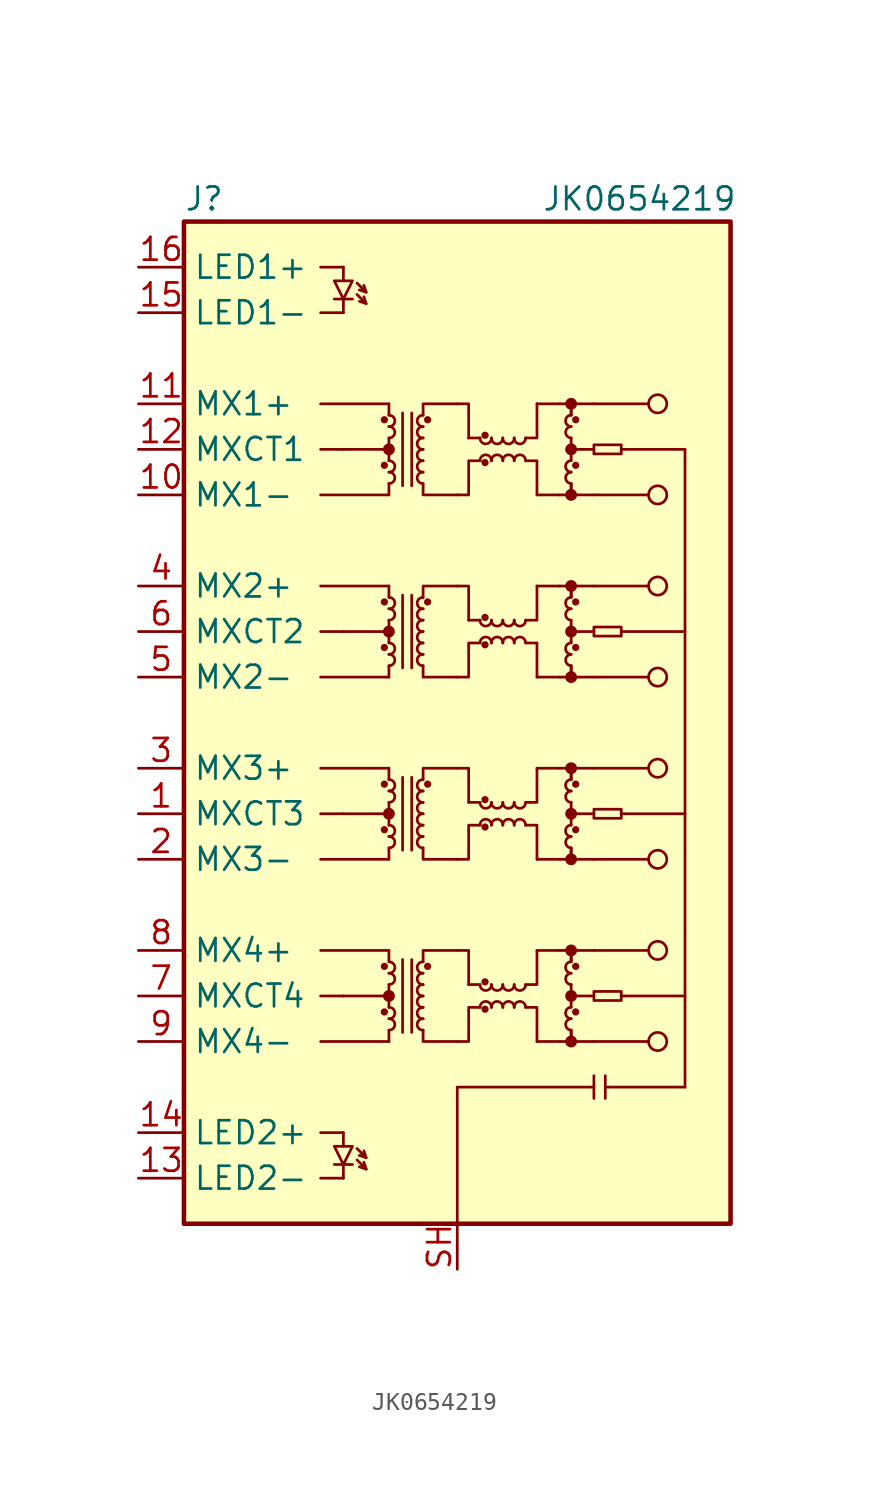
<source format=kicad_sym>
(kicad_symbol_lib
  (version 20201005)
  (generator kicad_symbol_editor)
  (symbol "JK0654219"
    (property "Reference" "J"
      (at -15.24 29.21 0)
      (effects (font (size 1.27 1.27)) (justify left)))
    (property "Value" "JK0654219"
      (at 10.16 29.21 0)
      (effects (font (size 1.27 1.27))))
    (symbol "JK0654219_0_1"
      (arc (start -3.81 -17.145) (end -3.81 -16.51) (radius (at -3.81 -16.8402) (length 0.3048) (angles -89.9 89.9)) (stroke (width 0)) (fill (type none)))
      (arc (start -3.81 -16.51) (end -3.81 -15.875) (radius (at -3.81 -16.2052) (length 0.3048) (angles -89.9 89.9)) (stroke (width 0)) (fill (type none)))
      (arc (start -3.81 -14.605) (end -3.81 -13.97) (radius (at -3.81 -14.3002) (length 0.3048) (angles -89.9 89.9)) (stroke (width 0)) (fill (type none)))
      (arc (start -3.81 -13.97) (end -3.81 -13.335) (radius (at -3.81 -13.6652) (length 0.3048) (angles -89.9 89.9)) (stroke (width 0)) (fill (type none)))
      (arc (start -3.81 -6.985) (end -3.81 -6.35) (radius (at -3.81 -6.6802) (length 0.3048) (angles -89.9 89.9)) (stroke (width 0)) (fill (type none)))
      (arc (start -3.81 -6.35) (end -3.81 -5.715) (radius (at -3.81 -6.0452) (length 0.3048) (angles -89.9 89.9)) (stroke (width 0)) (fill (type none)))
      (arc (start -3.81 -4.445) (end -3.81 -3.81) (radius (at -3.81 -4.1402) (length 0.3048) (angles -89.9 89.9)) (stroke (width 0)) (fill (type none)))
      (arc (start -3.81 -3.81) (end -3.81 -3.175) (radius (at -3.81 -3.5052) (length 0.3048) (angles -89.9 89.9)) (stroke (width 0)) (fill (type none)))
      (arc (start -3.81 3.175) (end -3.81 3.81) (radius (at -3.81 3.4798) (length 0.3048) (angles -89.9 89.9)) (stroke (width 0)) (fill (type none)))
      (arc (start -3.81 3.81) (end -3.81 4.445) (radius (at -3.81 4.1148) (length 0.3048) (angles -89.9 89.9)) (stroke (width 0)) (fill (type none)))
      (arc (start -3.81 5.715) (end -3.81 6.35) (radius (at -3.81 6.0198) (length 0.3048) (angles -89.9 89.9)) (stroke (width 0)) (fill (type none)))
      (arc (start -3.81 6.35) (end -3.81 6.985) (radius (at -3.81 6.6548) (length 0.3048) (angles -89.9 89.9)) (stroke (width 0)) (fill (type none)))
      (arc (start -3.81 13.335) (end -3.81 13.97) (radius (at -3.81 13.6398) (length 0.3048) (angles -89.9 89.9)) (stroke (width 0)) (fill (type none)))
      (arc (start -3.81 13.97) (end -3.81 14.605) (radius (at -3.81 14.2748) (length 0.3048) (angles -89.9 89.9)) (stroke (width 0)) (fill (type none)))
      (arc (start -3.81 15.875) (end -3.81 16.51) (radius (at -3.81 16.1798) (length 0.3048) (angles -89.9 89.9)) (stroke (width 0)) (fill (type none)))
      (arc (start -3.81 16.51) (end -3.81 17.145) (radius (at -3.81 16.8148) (length 0.3048) (angles -89.9 89.9)) (stroke (width 0)) (fill (type none)))
      (arc (start -1.905 -16.51) (end -1.905 -17.145) (radius (at -1.905 -16.8148) (length 0.3048) (angles 90.1 -90.1)) (stroke (width 0)) (fill (type none)))
      (arc (start -1.905 -15.875) (end -1.905 -16.51) (radius (at -1.905 -16.1798) (length 0.3048) (angles 90.1 -90.1)) (stroke (width 0)) (fill (type none)))
      (arc (start -1.905 -15.24) (end -1.905 -15.875) (radius (at -1.905 -15.5448) (length 0.3048) (angles 90.1 -90.1)) (stroke (width 0)) (fill (type none)))
      (arc (start -1.905 -14.605) (end -1.905 -15.24) (radius (at -1.905 -14.9098) (length 0.3048) (angles 90.1 -90.1)) (stroke (width 0)) (fill (type none)))
      (arc (start -1.905 -13.97) (end -1.905 -14.605) (radius (at -1.905 -14.2748) (length 0.3048) (angles 90.1 -90.1)) (stroke (width 0)) (fill (type none)))
      (arc (start -1.905 -13.335) (end -1.905 -13.97) (radius (at -1.905 -13.6398) (length 0.3048) (angles 90.1 -90.1)) (stroke (width 0)) (fill (type none)))
      (arc (start -1.905 -6.35) (end -1.905 -6.985) (radius (at -1.905 -6.6548) (length 0.3048) (angles 90.1 -90.1)) (stroke (width 0)) (fill (type none)))
      (arc (start -1.905 -5.715) (end -1.905 -6.35) (radius (at -1.905 -6.0198) (length 0.3048) (angles 90.1 -90.1)) (stroke (width 0)) (fill (type none)))
      (arc (start -1.905 -5.08) (end -1.905 -5.715) (radius (at -1.905 -5.3848) (length 0.3048) (angles 90.1 -90.1)) (stroke (width 0)) (fill (type none)))
      (arc (start -1.905 -4.445) (end -1.905 -5.08) (radius (at -1.905 -4.7498) (length 0.3048) (angles 90.1 -90.1)) (stroke (width 0)) (fill (type none)))
      (arc (start -1.905 -3.81) (end -1.905 -4.445) (radius (at -1.905 -4.1148) (length 0.3048) (angles 90.1 -90.1)) (stroke (width 0)) (fill (type none)))
      (arc (start -1.905 -3.175) (end -1.905 -3.81) (radius (at -1.905 -3.4798) (length 0.3048) (angles 90.1 -90.1)) (stroke (width 0)) (fill (type none)))
      (arc (start -1.905 3.81) (end -1.905 3.175) (radius (at -1.905 3.5052) (length 0.3048) (angles 90.1 -90.1)) (stroke (width 0)) (fill (type none)))
      (arc (start -1.905 4.445) (end -1.905 3.81) (radius (at -1.905 4.1402) (length 0.3048) (angles 90.1 -90.1)) (stroke (width 0)) (fill (type none)))
      (arc (start -1.905 5.08) (end -1.905 4.445) (radius (at -1.905 4.7752) (length 0.3048) (angles 90.1 -90.1)) (stroke (width 0)) (fill (type none)))
      (arc (start -1.905 5.715) (end -1.905 5.08) (radius (at -1.905 5.4102) (length 0.3048) (angles 90.1 -90.1)) (stroke (width 0)) (fill (type none)))
      (arc (start -1.905 6.35) (end -1.905 5.715) (radius (at -1.905 6.0452) (length 0.3048) (angles 90.1 -90.1)) (stroke (width 0)) (fill (type none)))
      (arc (start -1.905 6.985) (end -1.905 6.35) (radius (at -1.905 6.6802) (length 0.3048) (angles 90.1 -90.1)) (stroke (width 0)) (fill (type none)))
      (arc (start -1.905 13.97) (end -1.905 13.335) (radius (at -1.905 13.6652) (length 0.3048) (angles 90.1 -90.1)) (stroke (width 0)) (fill (type none)))
      (arc (start -1.905 14.605) (end -1.905 13.97) (radius (at -1.905 14.3002) (length 0.3048) (angles 90.1 -90.1)) (stroke (width 0)) (fill (type none)))
      (arc (start -1.905 15.24) (end -1.905 14.605) (radius (at -1.905 14.9352) (length 0.3048) (angles 90.1 -90.1)) (stroke (width 0)) (fill (type none)))
      (arc (start -1.905 15.875) (end -1.905 15.24) (radius (at -1.905 15.5702) (length 0.3048) (angles 90.1 -90.1)) (stroke (width 0)) (fill (type none)))
      (arc (start -1.905 16.51) (end -1.905 15.875) (radius (at -1.905 16.2052) (length 0.3048) (angles 90.1 -90.1)) (stroke (width 0)) (fill (type none)))
      (arc (start -1.905 17.145) (end -1.905 16.51) (radius (at -1.905 16.8402) (length 0.3048) (angles 90.1 -90.1)) (stroke (width 0)) (fill (type none)))
      (arc (start 1.27 -14.605) (end 1.905 -14.605) (radius (at 1.5748 -14.605) (length 0.3048) (angles -179.9 -0.1)) (stroke (width 0)) (fill (type none)))
      (arc (start 1.27 -4.445) (end 1.905 -4.445) (radius (at 1.5748 -4.445) (length 0.3048) (angles -179.9 -0.1)) (stroke (width 0)) (fill (type none)))
      (arc (start 1.27 5.715) (end 1.905 5.715) (radius (at 1.5748 5.715) (length 0.3048) (angles -179.9 -0.1)) (stroke (width 0)) (fill (type none)))
      (arc (start 1.27 15.875) (end 1.905 15.875) (radius (at 1.5748 15.875) (length 0.3048) (angles -179.9 -0.1)) (stroke (width 0)) (fill (type none)))
      (arc (start 1.905 -15.875) (end 1.27 -15.875) (radius (at 1.6002 -15.875) (length 0.3048) (angles 0.1 179.9)) (stroke (width 0)) (fill (type none)))
      (arc (start 1.905 -5.715) (end 1.27 -5.715) (radius (at 1.6002 -5.715) (length 0.3048) (angles 0.1 179.9)) (stroke (width 0)) (fill (type none)))
      (arc (start 1.905 4.445) (end 1.27 4.445) (radius (at 1.6002 4.445) (length 0.3048) (angles 0.1 179.9)) (stroke (width 0)) (fill (type none)))
      (arc (start 1.905 14.605) (end 1.27 14.605) (radius (at 1.6002 14.605) (length 0.3048) (angles 0.1 179.9)) (stroke (width 0)) (fill (type none)))
      (arc (start 1.905 -14.605) (end 2.54 -14.605) (radius (at 2.2098 -14.605) (length 0.3048) (angles -179.9 -0.1)) (stroke (width 0)) (fill (type none)))
      (arc (start 1.905 -4.445) (end 2.54 -4.445) (radius (at 2.2098 -4.445) (length 0.3048) (angles -179.9 -0.1)) (stroke (width 0)) (fill (type none)))
      (arc (start 1.905 5.715) (end 2.54 5.715) (radius (at 2.2098 5.715) (length 0.3048) (angles -179.9 -0.1)) (stroke (width 0)) (fill (type none)))
      (arc (start 1.905 15.875) (end 2.54 15.875) (radius (at 2.2098 15.875) (length 0.3048) (angles -179.9 -0.1)) (stroke (width 0)) (fill (type none)))
      (arc (start 2.54 -15.875) (end 1.905 -15.875) (radius (at 2.2352 -15.875) (length 0.3048) (angles 0.1 179.9)) (stroke (width 0)) (fill (type none)))
      (arc (start 2.54 -5.715) (end 1.905 -5.715) (radius (at 2.2352 -5.715) (length 0.3048) (angles 0.1 179.9)) (stroke (width 0)) (fill (type none)))
      (arc (start 2.54 4.445) (end 1.905 4.445) (radius (at 2.2352 4.445) (length 0.3048) (angles 0.1 179.9)) (stroke (width 0)) (fill (type none)))
      (arc (start 2.54 14.605) (end 1.905 14.605) (radius (at 2.2352 14.605) (length 0.3048) (angles 0.1 179.9)) (stroke (width 0)) (fill (type none)))
      (arc (start 2.54 -14.605) (end 3.175 -14.605) (radius (at 2.8448 -14.605) (length 0.3048) (angles -179.9 -0.1)) (stroke (width 0)) (fill (type none)))
      (arc (start 2.54 -4.445) (end 3.175 -4.445) (radius (at 2.8448 -4.445) (length 0.3048) (angles -179.9 -0.1)) (stroke (width 0)) (fill (type none)))
      (arc (start 2.54 5.715) (end 3.175 5.715) (radius (at 2.8448 5.715) (length 0.3048) (angles -179.9 -0.1)) (stroke (width 0)) (fill (type none)))
      (arc (start 2.54 15.875) (end 3.175 15.875) (radius (at 2.8448 15.875) (length 0.3048) (angles -179.9 -0.1)) (stroke (width 0)) (fill (type none)))
      (arc (start 3.175 -15.875) (end 2.54 -15.875) (radius (at 2.8702 -15.875) (length 0.3048) (angles 0.1 179.9)) (stroke (width 0)) (fill (type none)))
      (arc (start 3.175 -5.715) (end 2.54 -5.715) (radius (at 2.8702 -5.715) (length 0.3048) (angles 0.1 179.9)) (stroke (width 0)) (fill (type none)))
      (arc (start 3.175 4.445) (end 2.54 4.445) (radius (at 2.8702 4.445) (length 0.3048) (angles 0.1 179.9)) (stroke (width 0)) (fill (type none)))
      (arc (start 3.175 14.605) (end 2.54 14.605) (radius (at 2.8702 14.605) (length 0.3048) (angles 0.1 179.9)) (stroke (width 0)) (fill (type none)))
      (arc (start 3.175 -14.605) (end 3.81 -14.605) (radius (at 3.4798 -14.605) (length 0.3048) (angles -179.9 -0.1)) (stroke (width 0)) (fill (type none)))
      (arc (start 3.175 -4.445) (end 3.81 -4.445) (radius (at 3.4798 -4.445) (length 0.3048) (angles -179.9 -0.1)) (stroke (width 0)) (fill (type none)))
      (arc (start 3.175 5.715) (end 3.81 5.715) (radius (at 3.4798 5.715) (length 0.3048) (angles -179.9 -0.1)) (stroke (width 0)) (fill (type none)))
      (arc (start 3.175 15.875) (end 3.81 15.875) (radius (at 3.4798 15.875) (length 0.3048) (angles -179.9 -0.1)) (stroke (width 0)) (fill (type none)))
      (arc (start 3.81 -15.875) (end 3.175 -15.875) (radius (at 3.5052 -15.875) (length 0.3048) (angles 0.1 179.9)) (stroke (width 0)) (fill (type none)))
      (arc (start 3.81 -5.715) (end 3.175 -5.715) (radius (at 3.5052 -5.715) (length 0.3048) (angles 0.1 179.9)) (stroke (width 0)) (fill (type none)))
      (arc (start 3.81 4.445) (end 3.175 4.445) (radius (at 3.5052 4.445) (length 0.3048) (angles 0.1 179.9)) (stroke (width 0)) (fill (type none)))
      (arc (start 3.81 14.605) (end 3.175 14.605) (radius (at 3.5052 14.605) (length 0.3048) (angles 0.1 179.9)) (stroke (width 0)) (fill (type none)))
      (arc (start 6.35 -16.51) (end 6.35 -17.145) (radius (at 6.35 -16.8402) (length 0.3048) (angles 90.1 -90.1)) (stroke (width 0)) (fill (type none)))
      (arc (start 6.35 -15.875) (end 6.35 -16.51) (radius (at 6.35 -16.2052) (length 0.3048) (angles 90.1 -90.1)) (stroke (width 0)) (fill (type none)))
      (arc (start 6.35 -13.97) (end 6.35 -14.605) (radius (at 6.35 -14.3002) (length 0.3048) (angles 90.1 -90.1)) (stroke (width 0)) (fill (type none)))
      (arc (start 6.35 -13.335) (end 6.35 -13.97) (radius (at 6.35 -13.6652) (length 0.3048) (angles 90.1 -90.1)) (stroke (width 0)) (fill (type none)))
      (arc (start 6.35 -6.35) (end 6.35 -6.985) (radius (at 6.35 -6.6802) (length 0.3048) (angles 90.1 -90.1)) (stroke (width 0)) (fill (type none)))
      (arc (start 6.35 -5.715) (end 6.35 -6.35) (radius (at 6.35 -6.0452) (length 0.3048) (angles 90.1 -90.1)) (stroke (width 0)) (fill (type none)))
      (arc (start 6.35 -3.81) (end 6.35 -4.445) (radius (at 6.35 -4.1402) (length 0.3048) (angles 90.1 -90.1)) (stroke (width 0)) (fill (type none)))
      (arc (start 6.35 -3.175) (end 6.35 -3.81) (radius (at 6.35 -3.5052) (length 0.3048) (angles 90.1 -90.1)) (stroke (width 0)) (fill (type none)))
      (arc (start 6.35 3.81) (end 6.35 3.175) (radius (at 6.35 3.4798) (length 0.3048) (angles 90.1 -90.1)) (stroke (width 0)) (fill (type none)))
      (arc (start 6.35 4.445) (end 6.35 3.81) (radius (at 6.35 4.1148) (length 0.3048) (angles 90.1 -90.1)) (stroke (width 0)) (fill (type none)))
      (arc (start 6.35 6.35) (end 6.35 5.715) (radius (at 6.35 6.0198) (length 0.3048) (angles 90.1 -90.1)) (stroke (width 0)) (fill (type none)))
      (arc (start 6.35 6.985) (end 6.35 6.35) (radius (at 6.35 6.6548) (length 0.3048) (angles 90.1 -90.1)) (stroke (width 0)) (fill (type none)))
      (arc (start 6.35 13.97) (end 6.35 13.335) (radius (at 6.35 13.6398) (length 0.3048) (angles 90.1 -90.1)) (stroke (width 0)) (fill (type none)))
      (arc (start 6.35 14.605) (end 6.35 13.97) (radius (at 6.35 14.2748) (length 0.3048) (angles 90.1 -90.1)) (stroke (width 0)) (fill (type none)))
      (arc (start 6.35 16.51) (end 6.35 15.875) (radius (at 6.35 16.1798) (length 0.3048) (angles 90.1 -90.1)) (stroke (width 0)) (fill (type none)))
      (arc (start 6.35 17.145) (end 6.35 16.51) (radius (at 6.35 16.8148) (length 0.3048) (angles 90.1 -90.1)) (stroke (width 0)) (fill (type none)))
      (circle (center -4.064 -16.129) (radius 0.127) (stroke (width 0)) (fill (type outline)))
      (circle (center -4.064 -13.589) (radius 0.127) (stroke (width 0)) (fill (type outline)))
      (circle (center -4.064 -5.969) (radius 0.127) (stroke (width 0)) (fill (type outline)))
      (circle (center -4.064 -3.429) (radius 0.127) (stroke (width 0)) (fill (type outline)))
      (circle (center -4.064 4.191) (radius 0.127) (stroke (width 0)) (fill (type outline)))
      (circle (center -4.064 6.731) (radius 0.127) (stroke (width 0)) (fill (type outline)))
      (circle (center -4.064 14.351) (radius 0.127) (stroke (width 0)) (fill (type outline)))
      (circle (center -4.064 16.891) (radius 0.127) (stroke (width 0)) (fill (type outline)))
      (circle (center -3.81 -15.24) (radius 0.254) (stroke (width 0)) (fill (type outline)))
      (circle (center -3.81 -5.08) (radius 0.254) (stroke (width 0)) (fill (type outline)))
      (circle (center -3.81 5.08) (radius 0.254) (stroke (width 0)) (fill (type outline)))
      (circle (center -3.81 15.24) (radius 0.254) (stroke (width 0)) (fill (type outline)))
      (circle (center -1.651 -13.589) (radius 0.127) (stroke (width 0)) (fill (type outline)))
      (circle (center -1.651 -3.429) (radius 0.127) (stroke (width 0)) (fill (type outline)))
      (circle (center -1.651 6.731) (radius 0.127) (stroke (width 0)) (fill (type outline)))
      (circle (center -1.651 16.891) (radius 0.127) (stroke (width 0)) (fill (type outline)))
      (circle (center 1.549 -15.977) (radius 0.127) (stroke (width 0)) (fill (type outline)))
      (circle (center 1.549 -14.453) (radius 0.127) (stroke (width 0)) (fill (type outline)))
      (circle (center 1.549 -5.817) (radius 0.127) (stroke (width 0)) (fill (type outline)))
      (circle (center 1.549 -4.293) (radius 0.127) (stroke (width 0)) (fill (type outline)))
      (circle (center 1.549 4.343) (radius 0.127) (stroke (width 0)) (fill (type outline)))
      (circle (center 1.549 5.867) (radius 0.127) (stroke (width 0)) (fill (type outline)))
      (circle (center 1.549 14.503) (radius 0.127) (stroke (width 0)) (fill (type outline)))
      (circle (center 1.549 16.027) (radius 0.127) (stroke (width 0)) (fill (type outline)))
      (circle (center 6.35 -17.78) (radius 0.254) (stroke (width 0)) (fill (type outline)))
      (circle (center 6.35 -15.24) (radius 0.254) (stroke (width 0)) (fill (type outline)))
      (circle (center 6.35 -12.7) (radius 0.254) (stroke (width 0)) (fill (type outline)))
      (circle (center 6.35 -7.62) (radius 0.254) (stroke (width 0)) (fill (type outline)))
      (circle (center 6.35 -5.08) (radius 0.254) (stroke (width 0)) (fill (type outline)))
      (circle (center 6.35 -2.54) (radius 0.254) (stroke (width 0)) (fill (type outline)))
      (circle (center 6.35 2.54) (radius 0.254) (stroke (width 0)) (fill (type outline)))
      (circle (center 6.35 5.08) (radius 0.254) (stroke (width 0)) (fill (type outline)))
      (circle (center 6.35 7.62) (radius 0.254) (stroke (width 0)) (fill (type outline)))
      (circle (center 6.35 12.7) (radius 0.254) (stroke (width 0)) (fill (type outline)))
      (circle (center 6.35 15.24) (radius 0.254) (stroke (width 0)) (fill (type outline)))
      (circle (center 6.35 17.78) (radius 0.254) (stroke (width 0)) (fill (type outline)))
      (circle (center 6.604 -16.129) (radius 0.127) (stroke (width 0)) (fill (type outline)))
      (circle (center 6.604 -13.589) (radius 0.127) (stroke (width 0)) (fill (type outline)))
      (circle (center 6.604 -5.969) (radius 0.127) (stroke (width 0)) (fill (type outline)))
      (circle (center 6.604 -3.429) (radius 0.127) (stroke (width 0)) (fill (type outline)))
      (circle (center 6.604 4.191) (radius 0.127) (stroke (width 0)) (fill (type outline)))
      (circle (center 6.604 6.731) (radius 0.127) (stroke (width 0)) (fill (type outline)))
      (circle (center 6.604 14.351) (radius 0.127) (stroke (width 0)) (fill (type outline)))
      (circle (center 6.604 16.891) (radius 0.127) (stroke (width 0)) (fill (type outline)))
      (circle (center 11.176 -17.78) (radius 0.508) (stroke (width 0)) (fill (type none)))
      (circle (center 11.176 -12.7) (radius 0.508) (stroke (width 0)) (fill (type none)))
      (circle (center 11.176 -7.62) (radius 0.508) (stroke (width 0)) (fill (type none)))
      (circle (center 11.176 -2.54) (radius 0.508) (stroke (width 0)) (fill (type none)))
      (circle (center 11.176 2.54) (radius 0.508) (stroke (width 0)) (fill (type none)))
      (circle (center 11.176 7.62) (radius 0.508) (stroke (width 0)) (fill (type none)))
      (circle (center 11.176 12.7) (radius 0.508) (stroke (width 0)) (fill (type none)))
      (circle (center 11.176 17.78) (radius 0.508) (stroke (width 0)) (fill (type none)))
      (rectangle (start -15.24 27.94) (end 15.24 -27.94) (stroke (width 0.254)) (fill (type background)))
      (rectangle (start 7.62 -14.986) (end 9.144 -15.494) (stroke (width 0)) (fill (type none)))
      (rectangle (start 7.62 -4.826) (end 9.144 -5.334) (stroke (width 0)) (fill (type none)))
      (rectangle (start 7.62 5.334) (end 9.144 4.826) (stroke (width 0)) (fill (type none)))
      (rectangle (start 7.62 15.494) (end 9.144 14.986) (stroke (width 0)) (fill (type none)))
      (polyline (pts (xy -7.62 -17.78) (xy -3.81 -17.78)) (stroke (width 0)) (fill (type none)))
      (polyline (pts (xy -7.62 -15.24) (xy -6.35 -15.24)) (stroke (width 0)) (fill (type none)))
      (polyline (pts (xy -7.62 -12.7) (xy -3.81 -12.7)) (stroke (width 0)) (fill (type none)))
      (polyline (pts (xy -7.62 -7.62) (xy -3.81 -7.62)) (stroke (width 0)) (fill (type none)))
      (polyline (pts (xy -7.62 -5.08) (xy -6.35 -5.08)) (stroke (width 0)) (fill (type none)))
      (polyline (pts (xy -7.62 -2.54) (xy -3.81 -2.54)) (stroke (width 0)) (fill (type none)))
      (polyline (pts (xy -7.62 2.54) (xy -3.81 2.54)) (stroke (width 0)) (fill (type none)))
      (polyline (pts (xy -7.62 5.08) (xy -6.35 5.08)) (stroke (width 0)) (fill (type none)))
      (polyline (pts (xy -7.62 7.62) (xy -3.81 7.62)) (stroke (width 0)) (fill (type none)))
      (polyline (pts (xy -7.62 12.7) (xy -3.81 12.7)) (stroke (width 0)) (fill (type none)))
      (polyline (pts (xy -7.62 15.24) (xy -6.35 15.24)) (stroke (width 0)) (fill (type none)))
      (polyline (pts (xy -7.62 17.78) (xy -3.81 17.78)) (stroke (width 0)) (fill (type none)))
      (polyline (pts (xy -6.35 -15.24) (xy -3.81 -15.24)) (stroke (width 0)) (fill (type none)))
      (polyline (pts (xy -6.35 -5.08) (xy -3.81 -5.08)) (stroke (width 0)) (fill (type none)))
      (polyline (pts (xy -6.35 5.08) (xy -3.81 5.08)) (stroke (width 0)) (fill (type none)))
      (polyline (pts (xy -6.35 15.24) (xy -3.81 15.24)) (stroke (width 0)) (fill (type none)))
      (polyline (pts (xy -3.81 -17.78) (xy -3.81 -17.145)) (stroke (width 0)) (fill (type none)))
      (polyline (pts (xy -3.81 -15.24) (xy -3.81 -15.875)) (stroke (width 0)) (fill (type none)))
      (polyline (pts (xy -3.81 -15.24) (xy -3.81 -14.605)) (stroke (width 0)) (fill (type none)))
      (polyline (pts (xy -3.81 -12.7) (xy -3.81 -13.335)) (stroke (width 0)) (fill (type none)))
      (polyline (pts (xy -3.81 -7.62) (xy -3.81 -6.985)) (stroke (width 0)) (fill (type none)))
      (polyline (pts (xy -3.81 -5.08) (xy -3.81 -5.715)) (stroke (width 0)) (fill (type none)))
      (polyline (pts (xy -3.81 -5.08) (xy -3.81 -4.445)) (stroke (width 0)) (fill (type none)))
      (polyline (pts (xy -3.81 -2.54) (xy -3.81 -3.175)) (stroke (width 0)) (fill (type none)))
      (polyline (pts (xy -3.81 2.54) (xy -3.81 3.175)) (stroke (width 0)) (fill (type none)))
      (polyline (pts (xy -3.81 5.08) (xy -3.81 4.445)) (stroke (width 0)) (fill (type none)))
      (polyline (pts (xy -3.81 5.08) (xy -3.81 5.715)) (stroke (width 0)) (fill (type none)))
      (polyline (pts (xy -3.81 7.62) (xy -3.81 6.985)) (stroke (width 0)) (fill (type none)))
      (polyline (pts (xy -3.81 12.7) (xy -3.81 13.335)) (stroke (width 0)) (fill (type none)))
      (polyline (pts (xy -3.81 15.24) (xy -3.81 14.605)) (stroke (width 0)) (fill (type none)))
      (polyline (pts (xy -3.81 15.24) (xy -3.81 15.875)) (stroke (width 0)) (fill (type none)))
      (polyline (pts (xy -3.81 17.78) (xy -3.81 17.145)) (stroke (width 0)) (fill (type none)))
      (polyline (pts (xy -3.048 -17.272) (xy -3.048 -13.208)) (stroke (width 0)) (fill (type none)))
      (polyline (pts (xy -3.048 -7.112) (xy -3.048 -3.048)) (stroke (width 0)) (fill (type none)))
      (polyline (pts (xy -3.048 3.048) (xy -3.048 7.112)) (stroke (width 0)) (fill (type none)))
      (polyline (pts (xy -3.048 13.208) (xy -3.048 17.272)) (stroke (width 0)) (fill (type none)))
      (polyline (pts (xy -2.54 -17.272) (xy -2.54 -13.208)) (stroke (width 0)) (fill (type none)))
      (polyline (pts (xy -2.54 -7.112) (xy -2.54 -3.048)) (stroke (width 0)) (fill (type none)))
      (polyline (pts (xy -2.54 3.048) (xy -2.54 7.112)) (stroke (width 0)) (fill (type none)))
      (polyline (pts (xy -2.54 13.208) (xy -2.54 17.272)) (stroke (width 0)) (fill (type none)))
      (polyline (pts (xy 0.635 -14.605) (xy 1.27 -14.605)) (stroke (width 0)) (fill (type none)))
      (polyline (pts (xy 0.635 -4.445) (xy 1.27 -4.445)) (stroke (width 0)) (fill (type none)))
      (polyline (pts (xy 0.635 5.715) (xy 1.27 5.715)) (stroke (width 0)) (fill (type none)))
      (polyline (pts (xy 0.635 15.875) (xy 1.27 15.875)) (stroke (width 0)) (fill (type none)))
      (polyline (pts (xy 4.445 -17.78) (xy 5.715 -17.78)) (stroke (width 0)) (fill (type none)))
      (polyline (pts (xy 4.445 -12.7) (xy 5.715 -12.7)) (stroke (width 0)) (fill (type none)))
      (polyline (pts (xy 4.445 -7.62) (xy 5.715 -7.62)) (stroke (width 0)) (fill (type none)))
      (polyline (pts (xy 4.445 -2.54) (xy 5.715 -2.54)) (stroke (width 0)) (fill (type none)))
      (polyline (pts (xy 4.445 2.54) (xy 5.715 2.54)) (stroke (width 0)) (fill (type none)))
      (polyline (pts (xy 4.445 7.62) (xy 5.715 7.62)) (stroke (width 0)) (fill (type none)))
      (polyline (pts (xy 4.445 12.7) (xy 5.715 12.7)) (stroke (width 0)) (fill (type none)))
      (polyline (pts (xy 4.445 17.78) (xy 5.715 17.78)) (stroke (width 0)) (fill (type none)))
      (polyline (pts (xy 6.35 -17.78) (xy 6.35 -17.145)) (stroke (width 0)) (fill (type none)))
      (polyline (pts (xy 6.35 -15.24) (xy 6.35 -15.875)) (stroke (width 0)) (fill (type none)))
      (polyline (pts (xy 6.35 -15.24) (xy 6.35 -14.605)) (stroke (width 0)) (fill (type none)))
      (polyline (pts (xy 6.35 -12.7) (xy 6.35 -13.335)) (stroke (width 0)) (fill (type none)))
      (polyline (pts (xy 6.35 -7.62) (xy 6.35 -6.985)) (stroke (width 0)) (fill (type none)))
      (polyline (pts (xy 6.35 -5.08) (xy 6.35 -5.715)) (stroke (width 0)) (fill (type none)))
      (polyline (pts (xy 6.35 -5.08) (xy 6.35 -4.445)) (stroke (width 0)) (fill (type none)))
      (polyline (pts (xy 6.35 -2.54) (xy 6.35 -3.175)) (stroke (width 0)) (fill (type none)))
      (polyline (pts (xy 6.35 2.54) (xy 6.35 3.175)) (stroke (width 0)) (fill (type none)))
      (polyline (pts (xy 6.35 5.08) (xy 6.35 4.445)) (stroke (width 0)) (fill (type none)))
      (polyline (pts (xy 6.35 5.08) (xy 6.35 5.715)) (stroke (width 0)) (fill (type none)))
      (polyline (pts (xy 6.35 7.62) (xy 6.35 6.985)) (stroke (width 0)) (fill (type none)))
      (polyline (pts (xy 6.35 12.7) (xy 6.35 13.335)) (stroke (width 0)) (fill (type none)))
      (polyline (pts (xy 6.35 15.24) (xy 6.35 14.605)) (stroke (width 0)) (fill (type none)))
      (polyline (pts (xy 6.35 15.24) (xy 6.35 15.875)) (stroke (width 0)) (fill (type none)))
      (polyline (pts (xy 6.35 17.78) (xy 6.35 17.145)) (stroke (width 0)) (fill (type none)))
      (polyline (pts (xy 7.62 -20.955) (xy 7.62 -19.685)) (stroke (width 0)) (fill (type none)))
      (polyline (pts (xy 7.62 -17.78) (xy 6.35 -17.78)) (stroke (width 0)) (fill (type none)))
      (polyline (pts (xy 7.62 -17.78) (xy 10.668 -17.78)) (stroke (width 0)) (fill (type none)))
      (polyline (pts (xy 7.62 -15.24) (xy 6.35 -15.24)) (stroke (width 0)) (fill (type none)))
      (polyline (pts (xy 7.62 -12.7) (xy 6.35 -12.7)) (stroke (width 0)) (fill (type none)))
      (polyline (pts (xy 7.62 -12.7) (xy 10.668 -12.7)) (stroke (width 0)) (fill (type none)))
      (polyline (pts (xy 7.62 -7.62) (xy 6.35 -7.62)) (stroke (width 0)) (fill (type none)))
      (polyline (pts (xy 7.62 -7.62) (xy 10.668 -7.62)) (stroke (width 0)) (fill (type none)))
      (polyline (pts (xy 7.62 -5.08) (xy 6.35 -5.08)) (stroke (width 0)) (fill (type none)))
      (polyline (pts (xy 7.62 -2.54) (xy 6.35 -2.54)) (stroke (width 0)) (fill (type none)))
      (polyline (pts (xy 7.62 -2.54) (xy 10.668 -2.54)) (stroke (width 0)) (fill (type none)))
      (polyline (pts (xy 7.62 2.54) (xy 6.35 2.54)) (stroke (width 0)) (fill (type none)))
      (polyline (pts (xy 7.62 2.54) (xy 10.668 2.54)) (stroke (width 0)) (fill (type none)))
      (polyline (pts (xy 7.62 5.08) (xy 6.35 5.08)) (stroke (width 0)) (fill (type none)))
      (polyline (pts (xy 7.62 7.62) (xy 6.35 7.62)) (stroke (width 0)) (fill (type none)))
      (polyline (pts (xy 7.62 7.62) (xy 10.668 7.62)) (stroke (width 0)) (fill (type none)))
      (polyline (pts (xy 7.62 12.7) (xy 6.35 12.7)) (stroke (width 0)) (fill (type none)))
      (polyline (pts (xy 7.62 12.7) (xy 10.668 12.7)) (stroke (width 0)) (fill (type none)))
      (polyline (pts (xy 7.62 15.24) (xy 6.35 15.24)) (stroke (width 0)) (fill (type none)))
      (polyline (pts (xy 7.62 17.78) (xy 6.35 17.78)) (stroke (width 0)) (fill (type none)))
      (polyline (pts (xy 7.62 17.78) (xy 10.668 17.78)) (stroke (width 0)) (fill (type none)))
      (polyline (pts (xy 8.255 -20.32) (xy 8.255 -20.955)) (stroke (width 0)) (fill (type none)))
      (polyline (pts (xy 8.255 -20.32) (xy 8.255 -19.685)) (stroke (width 0)) (fill (type none)))
      (polyline (pts (xy 8.255 -20.32) (xy 12.7 -20.32)) (stroke (width 0)) (fill (type none)))
      (polyline (pts (xy 9.144 -15.24) (xy 12.7 -15.24)) (stroke (width 0)) (fill (type none)))
      (polyline (pts (xy 9.144 -5.08) (xy 12.7 -5.08)) (stroke (width 0)) (fill (type none)))
      (polyline (pts (xy 9.144 5.08) (xy 12.7 5.08)) (stroke (width 0)) (fill (type none)))
      (polyline (pts (xy 12.7 -20.32) (xy 12.7 15.24)) (stroke (width 0)) (fill (type none)))
      (polyline (pts (xy 12.7 15.24) (xy 9.144 15.24)) (stroke (width 0)) (fill (type none)))
      (polyline (pts (xy -1.905 -17.145) (xy -1.905 -17.78) (xy 0 -17.78)) (stroke (width 0)) (fill (type none)))
      (polyline (pts (xy -1.905 -13.335) (xy -1.905 -12.7) (xy 0 -12.7)) (stroke (width 0)) (fill (type none)))
      (polyline (pts (xy -1.905 -6.985) (xy -1.905 -7.62) (xy 0 -7.62)) (stroke (width 0)) (fill (type none)))
      (polyline (pts (xy -1.905 -3.175) (xy -1.905 -2.54) (xy 0 -2.54)) (stroke (width 0)) (fill (type none)))
      (polyline (pts (xy -1.905 3.175) (xy -1.905 2.54) (xy 0 2.54)) (stroke (width 0)) (fill (type none)))
      (polyline (pts (xy -1.905 6.985) (xy -1.905 7.62) (xy 0 7.62)) (stroke (width 0)) (fill (type none)))
      (polyline (pts (xy -1.905 13.335) (xy -1.905 12.7) (xy 0 12.7)) (stroke (width 0)) (fill (type none)))
      (polyline (pts (xy -1.905 17.145) (xy -1.905 17.78) (xy 0 17.78)) (stroke (width 0)) (fill (type none)))
      (polyline (pts (xy 0 -12.7) (xy 0.635 -12.7) (xy 0.635 -14.605)) (stroke (width 0)) (fill (type none)))
      (polyline (pts (xy 0 -2.54) (xy 0.635 -2.54) (xy 0.635 -4.445)) (stroke (width 0)) (fill (type none)))
      (polyline (pts (xy 0 7.62) (xy 0.635 7.62) (xy 0.635 5.715)) (stroke (width 0)) (fill (type none)))
      (polyline (pts (xy 0 17.78) (xy 0.635 17.78) (xy 0.635 15.875)) (stroke (width 0)) (fill (type none)))
      (polyline (pts (xy 3.81 -15.875) (xy 4.445 -15.875) (xy 4.445 -17.78)) (stroke (width 0)) (fill (type none)))
      (polyline (pts (xy 3.81 -14.605) (xy 4.445 -14.605) (xy 4.445 -12.7)) (stroke (width 0)) (fill (type none)))
      (polyline (pts (xy 3.81 -5.715) (xy 4.445 -5.715) (xy 4.445 -7.62)) (stroke (width 0)) (fill (type none)))
      (polyline (pts (xy 3.81 -4.445) (xy 4.445 -4.445) (xy 4.445 -2.54)) (stroke (width 0)) (fill (type none)))
      (polyline (pts (xy 3.81 4.445) (xy 4.445 4.445) (xy 4.445 2.54)) (stroke (width 0)) (fill (type none)))
      (polyline (pts (xy 3.81 5.715) (xy 4.445 5.715) (xy 4.445 7.62)) (stroke (width 0)) (fill (type none)))
      (polyline (pts (xy 3.81 14.605) (xy 4.445 14.605) (xy 4.445 12.7)) (stroke (width 0)) (fill (type none)))
      (polyline (pts (xy 3.81 15.875) (xy 4.445 15.875) (xy 4.445 17.78)) (stroke (width 0)) (fill (type none)))
      (polyline (pts (xy 5.715 -17.78) (xy 6.35 -17.78) (xy 6.35 -17.145)) (stroke (width 0)) (fill (type none)))
      (polyline (pts (xy 5.715 -12.7) (xy 6.35 -12.7) (xy 6.35 -13.335)) (stroke (width 0)) (fill (type none)))
      (polyline (pts (xy 5.715 -7.62) (xy 6.35 -7.62) (xy 6.35 -6.985)) (stroke (width 0)) (fill (type none)))
      (polyline (pts (xy 5.715 -2.54) (xy 6.35 -2.54) (xy 6.35 -3.175)) (stroke (width 0)) (fill (type none)))
      (polyline (pts (xy 5.715 2.54) (xy 6.35 2.54) (xy 6.35 3.175)) (stroke (width 0)) (fill (type none)))
      (polyline (pts (xy 5.715 7.62) (xy 6.35 7.62) (xy 6.35 6.985)) (stroke (width 0)) (fill (type none)))
      (polyline (pts (xy 5.715 12.7) (xy 6.35 12.7) (xy 6.35 13.335)) (stroke (width 0)) (fill (type none)))
      (polyline (pts (xy 5.715 17.78) (xy 6.35 17.78) (xy 6.35 17.145)) (stroke (width 0)) (fill (type none)))
      (polyline (pts (xy 7.62 -20.32) (xy 0 -20.32) (xy 0 -27.94)) (stroke (width 0)) (fill (type none)))
      (polyline (pts (xy 0 -17.78) (xy 0.635 -17.78) (xy 0.635 -15.875) (xy 1.27 -15.875)) (stroke (width 0)) (fill (type none)))
      (polyline (pts (xy 0 -7.62) (xy 0.635 -7.62) (xy 0.635 -5.715) (xy 1.27 -5.715)) (stroke (width 0)) (fill (type none)))
      (polyline (pts (xy 0 2.54) (xy 0.635 2.54) (xy 0.635 4.445) (xy 1.27 4.445)) (stroke (width 0)) (fill (type none)))
      (polyline (pts (xy 0 12.7) (xy 0.635 12.7) (xy 0.635 14.605) (xy 1.27 14.605)) (stroke (width 0)) (fill (type none))))
    (symbol "JK0654219_1_1"
      (polyline (pts (xy -7.62 -25.4) (xy -6.35 -25.4)) (stroke (width 0)) (fill (type none)))
      (polyline (pts (xy -7.62 -22.86) (xy -6.35 -22.86)) (stroke (width 0)) (fill (type none)))
      (polyline (pts (xy -7.62 22.86) (xy -6.35 22.86)) (stroke (width 0)) (fill (type none)))
      (polyline (pts (xy -7.62 25.4) (xy -6.35 25.4)) (stroke (width 0)) (fill (type none)))
      (polyline (pts (xy -6.858 -24.638) (xy -5.842 -24.638)) (stroke (width 0)) (fill (type none)))
      (polyline (pts (xy -6.858 23.622) (xy -5.842 23.622)) (stroke (width 0)) (fill (type none)))
      (polyline (pts (xy -6.35 -25.4) (xy -6.35 -24.638)) (stroke (width 0)) (fill (type none)))
      (polyline (pts (xy -6.35 -22.86) (xy -6.35 -23.622)) (stroke (width 0)) (fill (type none)))
      (polyline (pts (xy -6.35 22.86) (xy -6.35 23.622)) (stroke (width 0)) (fill (type none)))
      (polyline (pts (xy -6.35 25.4) (xy -6.35 24.638)) (stroke (width 0)) (fill (type none)))
      (polyline (pts (xy -5.08 -24.892) (xy -5.207 -24.511)) (stroke (width 0)) (fill (type none)))
      (polyline (pts (xy -5.08 -24.257) (xy -5.207 -23.876)) (stroke (width 0)) (fill (type none)))
      (polyline (pts (xy -5.08 23.368) (xy -5.207 23.749)) (stroke (width 0)) (fill (type none)))
      (polyline (pts (xy -5.08 24.003) (xy -5.207 24.384)) (stroke (width 0)) (fill (type none)))
      (polyline (pts (xy -5.588 -24.384) (xy -5.08 -24.892) (xy -5.461 -24.765)) (stroke (width 0)) (fill (type none)))
      (polyline (pts (xy -5.588 -23.749) (xy -5.08 -24.257) (xy -5.461 -24.13)) (stroke (width 0)) (fill (type none)))
      (polyline (pts (xy -5.588 23.876) (xy -5.08 23.368) (xy -5.461 23.495)) (stroke (width 0)) (fill (type none)))
      (polyline (pts (xy -5.588 24.511) (xy -5.08 24.003) (xy -5.461 24.13)) (stroke (width 0)) (fill (type none)))
      (polyline (pts (xy -6.35 -24.638) (xy -6.858 -23.622) (xy -5.842 -23.622) (xy -6.35 -24.638)) (stroke (width 0)) (fill (type none)))
      (polyline (pts (xy -6.35 23.622) (xy -6.858 24.638) (xy -5.842 24.638) (xy -6.35 23.622)) (stroke (width 0)) (fill (type none)))
      (pin passive line (at -17.78 -5.08 0) (length 2.54) (name "MXCT3" (effects (font (size 1.27 1.27)))) (number "1" (effects (font (size 1.27 1.27)))))
      (pin passive line (at -17.78 12.7 0) (length 2.54) (name "MX1-" (effects (font (size 1.27 1.27)))) (number "10" (effects (font (size 1.27 1.27)))))
      (pin passive line (at -17.78 17.78 0) (length 2.54) (name "MX1+" (effects (font (size 1.27 1.27)))) (number "11" (effects (font (size 1.27 1.27)))))
      (pin passive line (at -17.78 15.24 0) (length 2.54) (name "MXCT1" (effects (font (size 1.27 1.27)))) (number "12" (effects (font (size 1.27 1.27)))))
      (pin passive line (at -17.78 -25.4 0) (length 2.54) (name "LED2-" (effects (font (size 1.27 1.27)))) (number "13" (effects (font (size 1.27 1.27)))))
      (pin passive line (at -17.78 -22.86 0) (length 2.54) (name "LED2+" (effects (font (size 1.27 1.27)))) (number "14" (effects (font (size 1.27 1.27)))))
      (pin passive line (at -17.78 22.86 0) (length 2.54) (name "LED1-" (effects (font (size 1.27 1.27)))) (number "15" (effects (font (size 1.27 1.27)))))
      (pin passive line (at -17.78 25.4 0) (length 2.54) (name "LED1+" (effects (font (size 1.27 1.27)))) (number "16" (effects (font (size 1.27 1.27)))))
      (pin passive line (at -17.78 -7.62 0) (length 2.54) (name "MX3-" (effects (font (size 1.27 1.27)))) (number "2" (effects (font (size 1.27 1.27)))))
      (pin passive line (at -17.78 -2.54 0) (length 2.54) (name "MX3+" (effects (font (size 1.27 1.27)))) (number "3" (effects (font (size 1.27 1.27)))))
      (pin passive line (at -17.78 7.62 0) (length 2.54) (name "MX2+" (effects (font (size 1.27 1.27)))) (number "4" (effects (font (size 1.27 1.27)))))
      (pin passive line (at -17.78 2.54 0) (length 2.54) (name "MX2-" (effects (font (size 1.27 1.27)))) (number "5" (effects (font (size 1.27 1.27)))))
      (pin passive line (at -17.78 5.08 0) (length 2.54) (name "MXCT2" (effects (font (size 1.27 1.27)))) (number "6" (effects (font (size 1.27 1.27)))))
      (pin passive line (at -17.78 -15.24 0) (length 2.54) (name "MXCT4" (effects (font (size 1.27 1.27)))) (number "7" (effects (font (size 1.27 1.27)))))
      (pin passive line (at -17.78 -12.7 0) (length 2.54) (name "MX4+" (effects (font (size 1.27 1.27)))) (number "8" (effects (font (size 1.27 1.27)))))
      (pin passive line (at -17.78 -17.78 0) (length 2.54) (name "MX4-" (effects (font (size 1.27 1.27)))) (number "9" (effects (font (size 1.27 1.27)))))
      (pin passive line (at 0 -30.48 90) (length 2.54) (name "~" (effects (font (size 1.27 1.27)))) (number "SH" (effects (font (size 1.27 1.27))))))))
</source>
